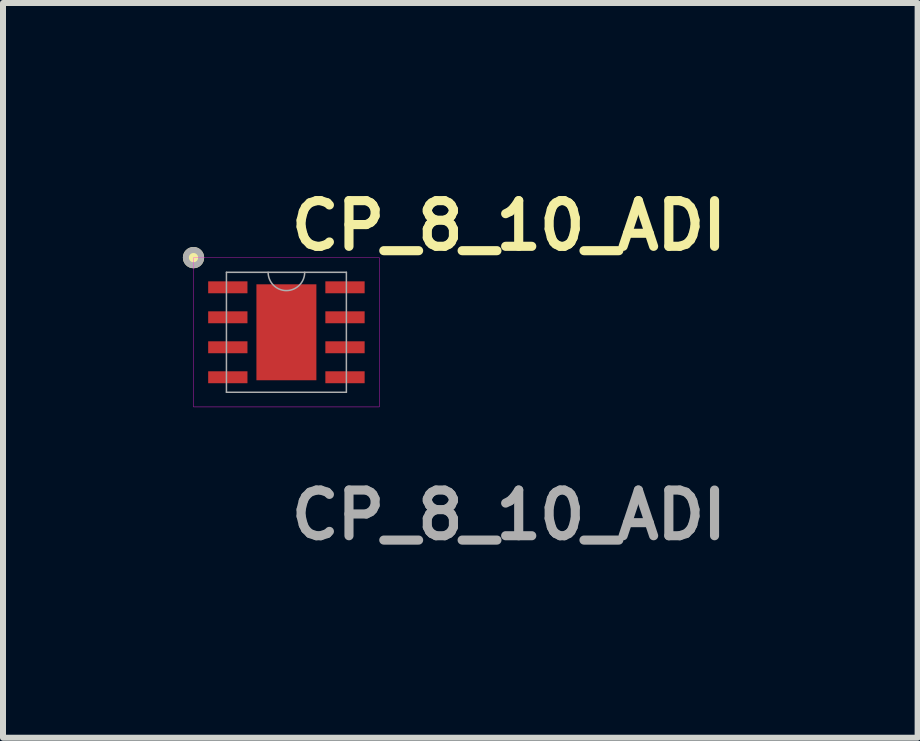
<source format=kicad_pcb>
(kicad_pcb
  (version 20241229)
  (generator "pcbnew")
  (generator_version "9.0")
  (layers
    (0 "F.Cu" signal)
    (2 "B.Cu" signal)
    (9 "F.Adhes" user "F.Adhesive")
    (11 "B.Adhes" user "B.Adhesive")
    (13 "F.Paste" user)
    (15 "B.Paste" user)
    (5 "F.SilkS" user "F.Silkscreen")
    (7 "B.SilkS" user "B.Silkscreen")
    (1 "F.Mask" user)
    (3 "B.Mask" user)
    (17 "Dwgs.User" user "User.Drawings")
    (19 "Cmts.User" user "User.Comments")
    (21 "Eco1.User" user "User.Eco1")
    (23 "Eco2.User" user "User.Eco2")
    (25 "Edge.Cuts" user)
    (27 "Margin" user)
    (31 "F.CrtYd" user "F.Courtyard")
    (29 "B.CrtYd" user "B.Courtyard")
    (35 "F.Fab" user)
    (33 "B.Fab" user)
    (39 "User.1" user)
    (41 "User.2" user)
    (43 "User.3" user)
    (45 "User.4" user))
  (footprint "CP_8_10_ADI"
    (layer "F.Cu")
    (at 1.726 2.491)
    (property "Reference" "CP_8_10_ADI" (at 0 -1.778 0) (unlocked yes) (layer "F.SilkS") (effects (font (size 0.762 0.762) (thickness 0.152) (bold yes)) (justify left)))
    (attr smd)
    (fp_circle (center -1.549 -1.245) (end -1.422 -1.245) (stroke (width 0.1) (type solid)) (fill yes) (layer "F.SilkS"))
    (fp_rect (start -1.549 -1.245) (end 1.549 1.245) (stroke (width 0.006) (type default)) (fill no) (layer "F.CrtYd"))
    (fp_line (start -1 -1) (end -1 1) (stroke (width 0.025) (type solid)) (layer "F.Fab"))
    (fp_line (start -1 1) (end 1 1) (stroke (width 0.025) (type solid)) (layer "F.Fab"))
    (fp_line (start 1 -1) (end -1 -1) (stroke (width 0.025) (type solid)) (layer "F.Fab"))
    (fp_line (start 1 1) (end 1 -1) (stroke (width 0.025) (type solid)) (layer "F.Fab"))
    (fp_arc (start 0.3048 -1) (mid 0 -0.6952) (end -0.3048 -1) (stroke (width 0.0254) (type solid)) (layer "F.Fab"))
    (fp_circle (center -1.549 -1.245) (end -1.422 -1.245) (stroke (width 0.1) (type solid)) (fill no) (layer "F.Fab"))
    (fp_text user "${REFERENCE}" (at 0 3.048 0) (unlocked yes) (layer "F.Fab") (effects (font (size 0.762 0.762) (thickness 0.152) (bold yes)) (justify left)))
    (pad "1" smd rect (at -0.977 -0.75) (size 0.655 0.199) (layers "F.Cu" "F.Mask" "F.Paste"))
    (pad "2" smd rect (at -0.977 -0.25) (size 0.655 0.199) (layers "F.Cu" "F.Mask" "F.Paste"))
    (pad "3" smd rect (at -0.977 0.25) (size 0.655 0.199) (layers "F.Cu" "F.Mask" "F.Paste"))
    (pad "4" smd rect (at -0.977 0.75) (size 0.655 0.199) (layers "F.Cu" "F.Mask" "F.Paste"))
    (pad "5" smd rect (at 0.977 0.75) (size 0.655 0.199) (layers "F.Cu" "F.Mask" "F.Paste"))
    (pad "6" smd rect (at 0.977 0.25) (size 0.655 0.199) (layers "F.Cu" "F.Mask" "F.Paste"))
    (pad "7" smd rect (at 0.977 -0.25) (size 0.655 0.199) (layers "F.Cu" "F.Mask" "F.Paste"))
    (pad "8" smd rect (at 0.977 -0.75) (size 0.655 0.199) (layers "F.Cu" "F.Mask" "F.Paste"))
    (pad "9" smd rect (at 0 0) (size 1 1.6) (layers "F.Cu" "F.Mask" "F.Paste")))
  (gr_rect
    (start -3 -3)
    (end 12.252 9.252)
    (stroke (width 0.1) (type default))
    (fill no)
    (layer "Edge.Cuts")))
</source>
